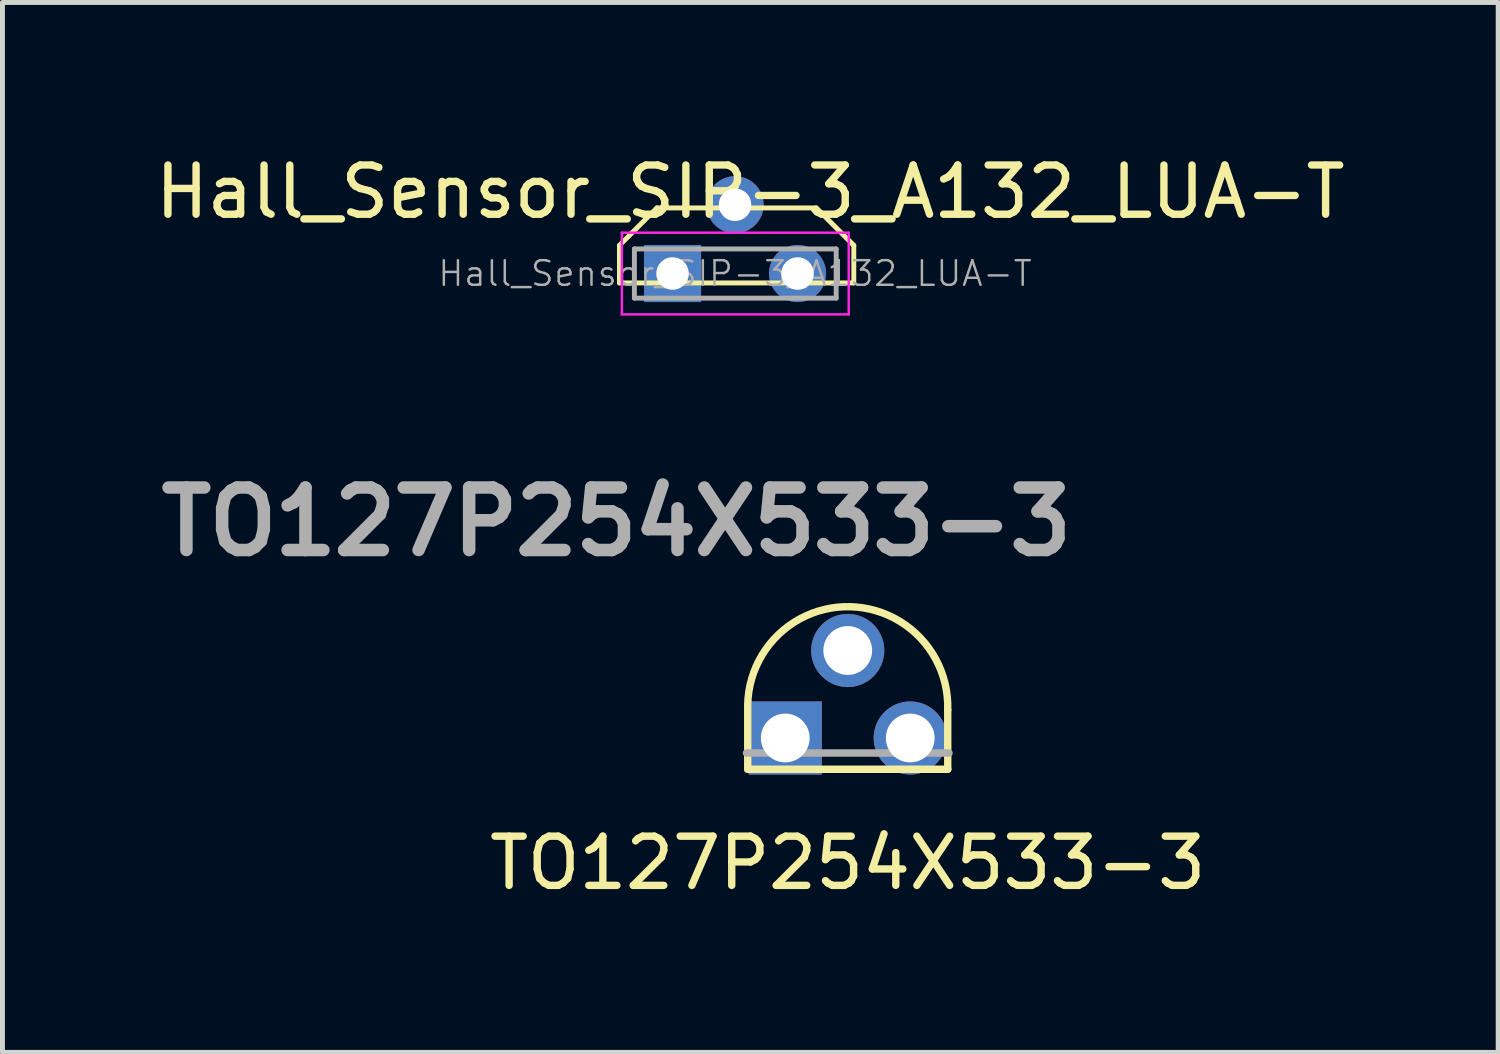
<source format=kicad_pcb>
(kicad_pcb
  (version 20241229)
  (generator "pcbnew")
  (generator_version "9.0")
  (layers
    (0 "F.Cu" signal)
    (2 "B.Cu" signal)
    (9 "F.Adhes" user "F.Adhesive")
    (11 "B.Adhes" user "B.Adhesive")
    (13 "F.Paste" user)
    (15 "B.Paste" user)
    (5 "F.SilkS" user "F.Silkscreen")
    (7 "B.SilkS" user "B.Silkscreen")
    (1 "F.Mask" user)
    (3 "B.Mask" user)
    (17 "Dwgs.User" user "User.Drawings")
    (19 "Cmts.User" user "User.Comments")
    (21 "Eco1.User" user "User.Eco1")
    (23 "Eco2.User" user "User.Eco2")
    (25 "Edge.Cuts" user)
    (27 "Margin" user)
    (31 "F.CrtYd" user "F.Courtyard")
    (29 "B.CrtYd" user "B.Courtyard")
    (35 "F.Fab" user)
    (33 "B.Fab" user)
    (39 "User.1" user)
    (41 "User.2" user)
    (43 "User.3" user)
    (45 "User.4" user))
  (footprint "TO127P254X533-3"
    (layer "F.Cu")
    (at 15.446 9.406)
    (property "Reference" "TO127P254X533-3" (at -1.27 5.08 0) (layer "F.SilkS") (effects (font (size 1 1) (thickness 0.15))))
    (attr through_hole)
    (fp_line (start -3.302 3.175) (end -3.302 1.905) (stroke (width 0.15) (type solid)) (layer "F.SilkS"))
    (fp_line (start -3.302 3.175) (end 0.762 3.175) (stroke (width 0.152) (type solid)) (layer "F.SilkS"))
    (fp_line (start 0.762 3.175) (end 0.762 1.968) (stroke (width 0.15) (type solid)) (layer "F.SilkS"))
    (fp_arc (start -3.302586 1.864352) (mid -1.217925 -0.127325) (end 0.762 1.9685) (stroke (width 0.15) (type solid)) (layer "F.SilkS"))
    (fp_line (start -3.327 2.845) (end 0.787 2.845) (stroke (width 0.152) (type solid)) (layer "F.Fab"))
    (fp_text user "${REFERENCE}" (at -5.969 -1.854 0) (layer "F.Fab") (effects (font (size 1.27 1.27) (thickness 0.254))))
    (pad "1" thru_hole rect (at -2.54 2.54) (size 1.486 1.486) (drill 0.991) (layers "*.Cu" "*.Mask"))
    (pad "2" thru_hole circle (at 0 2.54) (size 1.486 1.486) (drill 0.991) (layers "*.Cu" "*.Mask"))
    (pad "3" thru_hole circle (at -1.27 0.762) (size 1.486 1.486) (drill 0.991) (layers "*.Cu" "*.Mask")))
  (footprint "Hall_Sensor_SIP-3_A132_LUA-T"
    (layer "F.Cu")
    (at 10.616 2.508)
    (property "Reference" "Hall_Sensor_SIP-3_A132_LUA-T" (at 1.58 -1.66 0) (layer "F.SilkS") (effects (font (size 1 1) (thickness 0.15))))
    (attr through_hole)
    (fp_line (start -1.079 -0.572) (end -1.079 0.191) (stroke (width 0.1) (type solid)) (layer "F.SilkS"))
    (fp_line (start -0.318 -1.333) (end -1.079 -0.572) (stroke (width 0.1) (type solid)) (layer "F.SilkS"))
    (fp_line (start 2.921 -1.333) (end -0.318 -1.333) (stroke (width 0.1) (type solid)) (layer "F.SilkS"))
    (fp_line (start 3.683 -0.572) (end 2.921 -1.333) (stroke (width 0.1) (type solid)) (layer "F.SilkS"))
    (fp_line (start 3.683 -0.572) (end 3.683 0.191) (stroke (width 0.1) (type solid)) (layer "F.SilkS"))
    (fp_line (start 3.683 0.191) (end -1.079 0.191) (stroke (width 0.1) (type solid)) (layer "F.SilkS"))
    (fp_line (start -1.03 -0.83) (end -1.03 0.83) (stroke (width 0.05) (type solid)) (layer "F.CrtYd"))
    (fp_line (start -1.03 -0.83) (end 3.58 -0.83) (stroke (width 0.05) (type solid)) (layer "F.CrtYd"))
    (fp_line (start -1.03 0.83) (end 3.58 0.83) (stroke (width 0.05) (type solid)) (layer "F.CrtYd"))
    (fp_line (start 3.58 -0.83) (end 3.58 0.83) (stroke (width 0.05) (type solid)) (layer "F.CrtYd"))
    (fp_line (start -0.775 -0.5) (end -0.775 0.5) (stroke (width 0.1) (type solid)) (layer "F.Fab"))
    (fp_line (start 3.325 -0.5) (end -0.775 -0.5) (stroke (width 0.1) (type solid)) (layer "F.Fab"))
    (fp_line (start 3.325 -0.5) (end 3.325 0.5) (stroke (width 0.1) (type solid)) (layer "F.Fab"))
    (fp_line (start 3.325 0.5) (end -0.775 0.5) (stroke (width 0.1) (type solid)) (layer "F.Fab"))
    (fp_text user "${REFERENCE}" (at 1.27 0 0) (layer "F.Fab") (effects (font (size 0.5 0.5) (thickness 0.05))))
    (pad "1" thru_hole circle (at 2.54 0) (size 1.16 1.16) (drill 0.66) (layers "*.Cu" "*.Mask"))
    (pad "2" thru_hole rect (at 0 0) (size 1.16 1.16) (drill 0.66) (layers "*.Cu" "*.Mask"))
    (pad "3" thru_hole circle (at 1.27 -1.397) (size 1.16 1.16) (drill 0.66) (layers "*.Cu" "*.Mask")))
  (gr_rect
    (start -3 -3)
    (end 27.393 18.334)
    (stroke (width 0.1) (type default))
    (fill no)
    (layer "Edge.Cuts")))
</source>
